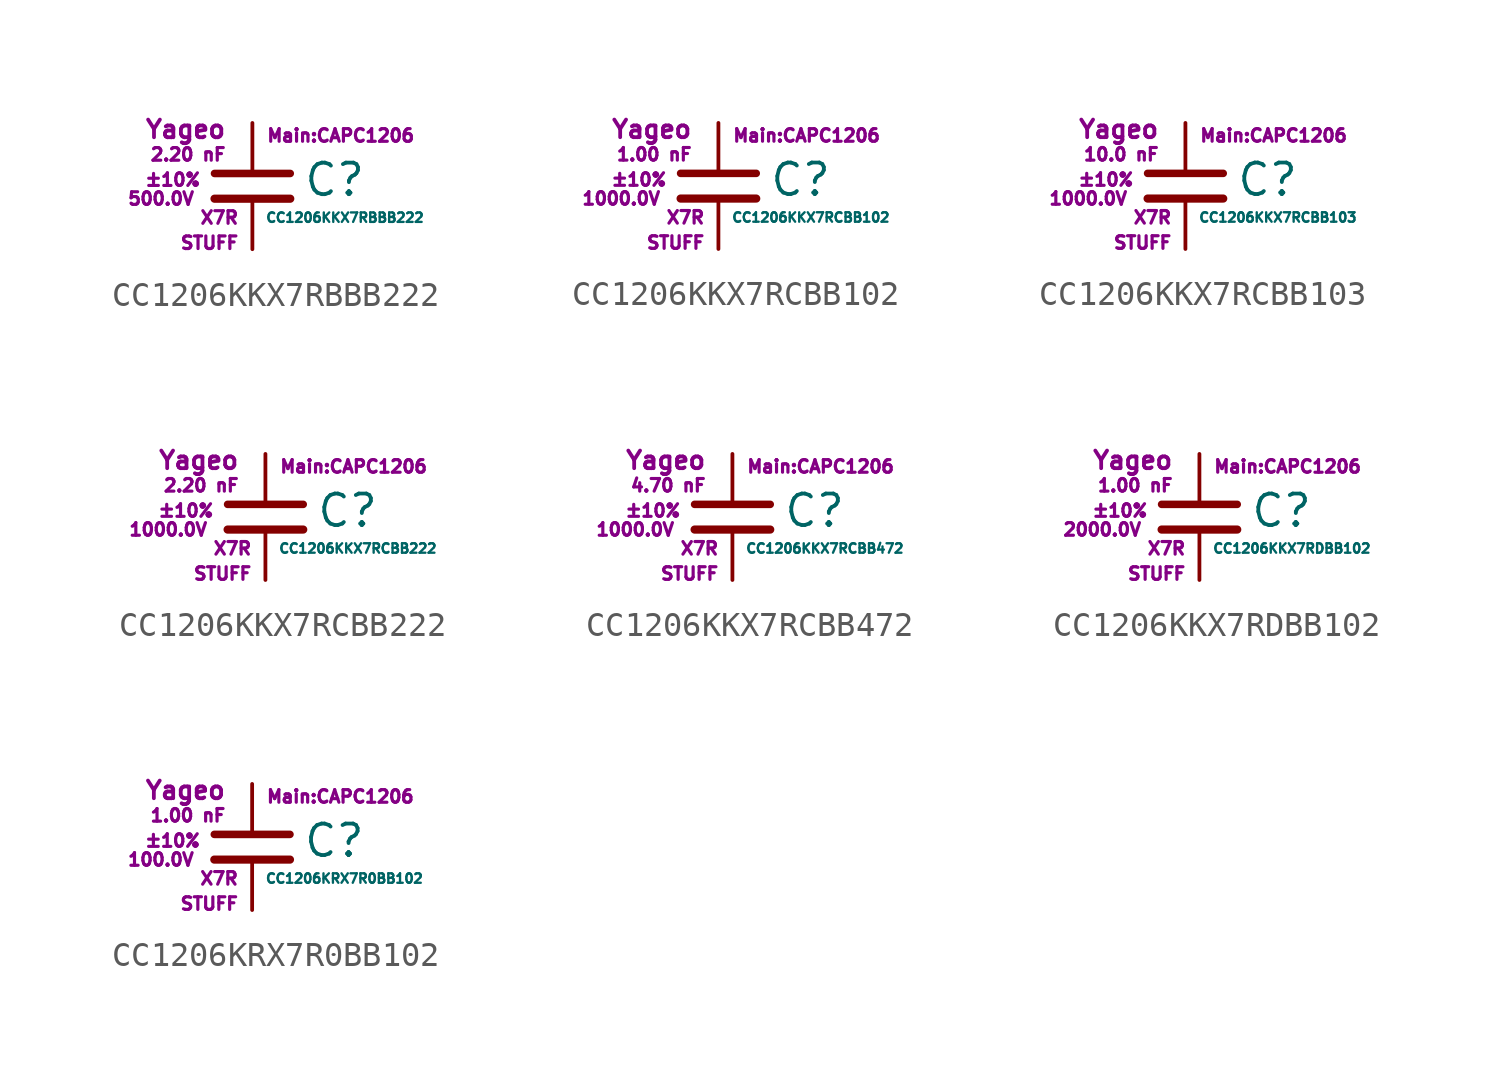
<source format=kicad_sym>
(kicad_symbol_lib
  (version 20211014)
  (generator kicad_symbol_editor)
  (symbol "CC1206KKX7RBBB222"
    (pin_numbers hide)
    (pin_names
      (offset 0.254) hide)
    (property "Reference" "C"
      (at 2.032 0.254 0)
      (effects (font (size 1.27 1.27)) (justify left)))
    (property "Value" "CC1206KKX7RBBB222"
      (at 0.508 -1.27 0)
      (effects (font (size 0.381 0.381)) (justify left)))
    (property "Footprint" "Main:CAPC1206"
      (at 3.556 2.032 0)
      (effects (font (size 0.508 0.508))))
    (property "Datasheet" ""
      (at 0.762 0.508 0)
      (effects (font (size 1.27 1.27))))
    (property "Manufacturer" "Yageo"
      (at -1.016 2.286 0)
      (effects (font (size 0.711 0.711)) (justify right)))
    (property "SKU" "STUFF"
      (at -0.508 -2.286 0)
      (effects (font (size 0.508 0.508)) (justify right)))
    (property "C" "2.20 nF"
      (at -1.016 1.27 0)
      (effects (font (size 0.508 0.508)) (justify right)))
    (property "Tol" "±10%"
      (at -2.032 0.254 0)
      (effects (font (size 0.508 0.508)) (justify right)))
    (property "Vmax" "500.0V"
      (at -2.286 -0.508 0)
      (effects (font (size 0.508 0.508)) (justify right)))
    (property "Type" "X7R"
      (at -0.508 -1.27 0)
      (effects (font (size 0.508 0.508)) (justify right)))
    (symbol "CC1206KKX7RBBB222_0_1"
      (polyline (pts (xy -1.524 -0.508) (xy 1.524 -0.508)) (stroke (width 0.33) (type default) (color 0 0 0 0)) (fill (type none)))
      (polyline (pts (xy -1.524 0.508) (xy 1.524 0.508)) (stroke (width 0.305) (type default) (color 0 0 0 0)) (fill (type none))))
    (symbol "CC1206KKX7RBBB222_1_1"
      (pin passive line (at 0 2.54 270) (length 1.905) (name "~" (effects (font (size 1.016 1.016)))) (number "1" (effects (font (size 1.016 1.016)))))
      (pin passive line (at 0 -2.54 90) (length 2.032) (name "~" (effects (font (size 1.016 1.016)))) (number "2" (effects (font (size 1.016 1.016)))))))
  (symbol "CC1206KKX7RCBB102"
    (pin_numbers hide)
    (pin_names
      (offset 0.254) hide)
    (property "Reference" "C"
      (at 2.032 0.254 0)
      (effects (font (size 1.27 1.27)) (justify left)))
    (property "Value" "CC1206KKX7RCBB102"
      (at 0.508 -1.27 0)
      (effects (font (size 0.381 0.381)) (justify left)))
    (property "Footprint" "Main:CAPC1206"
      (at 3.556 2.032 0)
      (effects (font (size 0.508 0.508))))
    (property "Datasheet" ""
      (at 0.762 0.508 0)
      (effects (font (size 1.27 1.27))))
    (property "Manufacturer" "Yageo"
      (at -1.016 2.286 0)
      (effects (font (size 0.711 0.711)) (justify right)))
    (property "SKU" "STUFF"
      (at -0.508 -2.286 0)
      (effects (font (size 0.508 0.508)) (justify right)))
    (property "C" "1.00 nF"
      (at -1.016 1.27 0)
      (effects (font (size 0.508 0.508)) (justify right)))
    (property "Tol" "±10%"
      (at -2.032 0.254 0)
      (effects (font (size 0.508 0.508)) (justify right)))
    (property "Vmax" "1000.0V"
      (at -2.286 -0.508 0)
      (effects (font (size 0.508 0.508)) (justify right)))
    (property "Type" "X7R"
      (at -0.508 -1.27 0)
      (effects (font (size 0.508 0.508)) (justify right)))
    (symbol "CC1206KKX7RCBB102_0_1"
      (polyline (pts (xy -1.524 -0.508) (xy 1.524 -0.508)) (stroke (width 0.33) (type default) (color 0 0 0 0)) (fill (type none)))
      (polyline (pts (xy -1.524 0.508) (xy 1.524 0.508)) (stroke (width 0.305) (type default) (color 0 0 0 0)) (fill (type none))))
    (symbol "CC1206KKX7RCBB102_1_1"
      (pin passive line (at 0 2.54 270) (length 1.905) (name "~" (effects (font (size 1.016 1.016)))) (number "1" (effects (font (size 1.016 1.016)))))
      (pin passive line (at 0 -2.54 90) (length 2.032) (name "~" (effects (font (size 1.016 1.016)))) (number "2" (effects (font (size 1.016 1.016)))))))
  (symbol "CC1206KKX7RCBB103"
    (pin_numbers hide)
    (pin_names
      (offset 0.254) hide)
    (property "Reference" "C"
      (at 2.032 0.254 0)
      (effects (font (size 1.27 1.27)) (justify left)))
    (property "Value" "CC1206KKX7RCBB103"
      (at 0.508 -1.27 0)
      (effects (font (size 0.381 0.381)) (justify left)))
    (property "Footprint" "Main:CAPC1206"
      (at 3.556 2.032 0)
      (effects (font (size 0.508 0.508))))
    (property "Datasheet" ""
      (at 0.762 0.508 0)
      (effects (font (size 1.27 1.27))))
    (property "Manufacturer" "Yageo"
      (at -1.016 2.286 0)
      (effects (font (size 0.711 0.711)) (justify right)))
    (property "SKU" "STUFF"
      (at -0.508 -2.286 0)
      (effects (font (size 0.508 0.508)) (justify right)))
    (property "C" "10.0 nF"
      (at -1.016 1.27 0)
      (effects (font (size 0.508 0.508)) (justify right)))
    (property "Tol" "±10%"
      (at -2.032 0.254 0)
      (effects (font (size 0.508 0.508)) (justify right)))
    (property "Vmax" "1000.0V"
      (at -2.286 -0.508 0)
      (effects (font (size 0.508 0.508)) (justify right)))
    (property "Type" "X7R"
      (at -0.508 -1.27 0)
      (effects (font (size 0.508 0.508)) (justify right)))
    (symbol "CC1206KKX7RCBB103_0_1"
      (polyline (pts (xy -1.524 -0.508) (xy 1.524 -0.508)) (stroke (width 0.33) (type default) (color 0 0 0 0)) (fill (type none)))
      (polyline (pts (xy -1.524 0.508) (xy 1.524 0.508)) (stroke (width 0.305) (type default) (color 0 0 0 0)) (fill (type none))))
    (symbol "CC1206KKX7RCBB103_1_1"
      (pin passive line (at 0 2.54 270) (length 1.905) (name "~" (effects (font (size 1.016 1.016)))) (number "1" (effects (font (size 1.016 1.016)))))
      (pin passive line (at 0 -2.54 90) (length 2.032) (name "~" (effects (font (size 1.016 1.016)))) (number "2" (effects (font (size 1.016 1.016)))))))
  (symbol "CC1206KKX7RCBB222"
    (pin_numbers hide)
    (pin_names
      (offset 0.254) hide)
    (property "Reference" "C"
      (at 2.032 0.254 0)
      (effects (font (size 1.27 1.27)) (justify left)))
    (property "Value" "CC1206KKX7RCBB222"
      (at 0.508 -1.27 0)
      (effects (font (size 0.381 0.381)) (justify left)))
    (property "Footprint" "Main:CAPC1206"
      (at 3.556 2.032 0)
      (effects (font (size 0.508 0.508))))
    (property "Datasheet" ""
      (at 0.762 0.508 0)
      (effects (font (size 1.27 1.27))))
    (property "Manufacturer" "Yageo"
      (at -1.016 2.286 0)
      (effects (font (size 0.711 0.711)) (justify right)))
    (property "SKU" "STUFF"
      (at -0.508 -2.286 0)
      (effects (font (size 0.508 0.508)) (justify right)))
    (property "C" "2.20 nF"
      (at -1.016 1.27 0)
      (effects (font (size 0.508 0.508)) (justify right)))
    (property "Tol" "±10%"
      (at -2.032 0.254 0)
      (effects (font (size 0.508 0.508)) (justify right)))
    (property "Vmax" "1000.0V"
      (at -2.286 -0.508 0)
      (effects (font (size 0.508 0.508)) (justify right)))
    (property "Type" "X7R"
      (at -0.508 -1.27 0)
      (effects (font (size 0.508 0.508)) (justify right)))
    (symbol "CC1206KKX7RCBB222_0_1"
      (polyline (pts (xy -1.524 -0.508) (xy 1.524 -0.508)) (stroke (width 0.33) (type default) (color 0 0 0 0)) (fill (type none)))
      (polyline (pts (xy -1.524 0.508) (xy 1.524 0.508)) (stroke (width 0.305) (type default) (color 0 0 0 0)) (fill (type none))))
    (symbol "CC1206KKX7RCBB222_1_1"
      (pin passive line (at 0 2.54 270) (length 1.905) (name "~" (effects (font (size 1.016 1.016)))) (number "1" (effects (font (size 1.016 1.016)))))
      (pin passive line (at 0 -2.54 90) (length 2.032) (name "~" (effects (font (size 1.016 1.016)))) (number "2" (effects (font (size 1.016 1.016)))))))
  (symbol "CC1206KKX7RCBB472"
    (pin_numbers hide)
    (pin_names
      (offset 0.254) hide)
    (property "Reference" "C"
      (at 2.032 0.254 0)
      (effects (font (size 1.27 1.27)) (justify left)))
    (property "Value" "CC1206KKX7RCBB472"
      (at 0.508 -1.27 0)
      (effects (font (size 0.381 0.381)) (justify left)))
    (property "Footprint" "Main:CAPC1206"
      (at 3.556 2.032 0)
      (effects (font (size 0.508 0.508))))
    (property "Datasheet" ""
      (at 0.762 0.508 0)
      (effects (font (size 1.27 1.27))))
    (property "Manufacturer" "Yageo"
      (at -1.016 2.286 0)
      (effects (font (size 0.711 0.711)) (justify right)))
    (property "SKU" "STUFF"
      (at -0.508 -2.286 0)
      (effects (font (size 0.508 0.508)) (justify right)))
    (property "C" "4.70 nF"
      (at -1.016 1.27 0)
      (effects (font (size 0.508 0.508)) (justify right)))
    (property "Tol" "±10%"
      (at -2.032 0.254 0)
      (effects (font (size 0.508 0.508)) (justify right)))
    (property "Vmax" "1000.0V"
      (at -2.286 -0.508 0)
      (effects (font (size 0.508 0.508)) (justify right)))
    (property "Type" "X7R"
      (at -0.508 -1.27 0)
      (effects (font (size 0.508 0.508)) (justify right)))
    (symbol "CC1206KKX7RCBB472_0_1"
      (polyline (pts (xy -1.524 -0.508) (xy 1.524 -0.508)) (stroke (width 0.33) (type default) (color 0 0 0 0)) (fill (type none)))
      (polyline (pts (xy -1.524 0.508) (xy 1.524 0.508)) (stroke (width 0.305) (type default) (color 0 0 0 0)) (fill (type none))))
    (symbol "CC1206KKX7RCBB472_1_1"
      (pin passive line (at 0 2.54 270) (length 1.905) (name "~" (effects (font (size 1.016 1.016)))) (number "1" (effects (font (size 1.016 1.016)))))
      (pin passive line (at 0 -2.54 90) (length 2.032) (name "~" (effects (font (size 1.016 1.016)))) (number "2" (effects (font (size 1.016 1.016)))))))
  (symbol "CC1206KKX7RDBB102"
    (pin_numbers hide)
    (pin_names
      (offset 0.254) hide)
    (property "Reference" "C"
      (at 2.032 0.254 0)
      (effects (font (size 1.27 1.27)) (justify left)))
    (property "Value" "CC1206KKX7RDBB102"
      (at 0.508 -1.27 0)
      (effects (font (size 0.381 0.381)) (justify left)))
    (property "Footprint" "Main:CAPC1206"
      (at 3.556 2.032 0)
      (effects (font (size 0.508 0.508))))
    (property "Datasheet" ""
      (at 0.762 0.508 0)
      (effects (font (size 1.27 1.27))))
    (property "Manufacturer" "Yageo"
      (at -1.016 2.286 0)
      (effects (font (size 0.711 0.711)) (justify right)))
    (property "SKU" "STUFF"
      (at -0.508 -2.286 0)
      (effects (font (size 0.508 0.508)) (justify right)))
    (property "C" "1.00 nF"
      (at -1.016 1.27 0)
      (effects (font (size 0.508 0.508)) (justify right)))
    (property "Tol" "±10%"
      (at -2.032 0.254 0)
      (effects (font (size 0.508 0.508)) (justify right)))
    (property "Vmax" "2000.0V"
      (at -2.286 -0.508 0)
      (effects (font (size 0.508 0.508)) (justify right)))
    (property "Type" "X7R"
      (at -0.508 -1.27 0)
      (effects (font (size 0.508 0.508)) (justify right)))
    (symbol "CC1206KKX7RDBB102_0_1"
      (polyline (pts (xy -1.524 -0.508) (xy 1.524 -0.508)) (stroke (width 0.33) (type default) (color 0 0 0 0)) (fill (type none)))
      (polyline (pts (xy -1.524 0.508) (xy 1.524 0.508)) (stroke (width 0.305) (type default) (color 0 0 0 0)) (fill (type none))))
    (symbol "CC1206KKX7RDBB102_1_1"
      (pin passive line (at 0 2.54 270) (length 1.905) (name "~" (effects (font (size 1.016 1.016)))) (number "1" (effects (font (size 1.016 1.016)))))
      (pin passive line (at 0 -2.54 90) (length 2.032) (name "~" (effects (font (size 1.016 1.016)))) (number "2" (effects (font (size 1.016 1.016)))))))
  (symbol "CC1206KRX7R0BB102"
    (pin_numbers hide)
    (pin_names
      (offset 0.254) hide)
    (property "Reference" "C"
      (at 2.032 0.254 0)
      (effects (font (size 1.27 1.27)) (justify left)))
    (property "Value" "CC1206KRX7R0BB102"
      (at 0.508 -1.27 0)
      (effects (font (size 0.381 0.381)) (justify left)))
    (property "Footprint" "Main:CAPC1206"
      (at 3.556 2.032 0)
      (effects (font (size 0.508 0.508))))
    (property "Datasheet" ""
      (at 0.762 0.508 0)
      (effects (font (size 1.27 1.27))))
    (property "Manufacturer" "Yageo"
      (at -1.016 2.286 0)
      (effects (font (size 0.711 0.711)) (justify right)))
    (property "SKU" "STUFF"
      (at -0.508 -2.286 0)
      (effects (font (size 0.508 0.508)) (justify right)))
    (property "C" "1.00 nF"
      (at -1.016 1.27 0)
      (effects (font (size 0.508 0.508)) (justify right)))
    (property "Tol" "±10%"
      (at -2.032 0.254 0)
      (effects (font (size 0.508 0.508)) (justify right)))
    (property "Vmax" "100.0V"
      (at -2.286 -0.508 0)
      (effects (font (size 0.508 0.508)) (justify right)))
    (property "Type" "X7R"
      (at -0.508 -1.27 0)
      (effects (font (size 0.508 0.508)) (justify right)))
    (symbol "CC1206KRX7R0BB102_0_1"
      (polyline (pts (xy -1.524 -0.508) (xy 1.524 -0.508)) (stroke (width 0.33) (type default) (color 0 0 0 0)) (fill (type none)))
      (polyline (pts (xy -1.524 0.508) (xy 1.524 0.508)) (stroke (width 0.305) (type default) (color 0 0 0 0)) (fill (type none))))
    (symbol "CC1206KRX7R0BB102_1_1"
      (pin passive line (at 0 2.54 270) (length 1.905) (name "~" (effects (font (size 1.016 1.016)))) (number "1" (effects (font (size 1.016 1.016)))))
      (pin passive line (at 0 -2.54 90) (length 2.032) (name "~" (effects (font (size 1.016 1.016)))) (number "2" (effects (font (size 1.016 1.016))))))))
</source>
